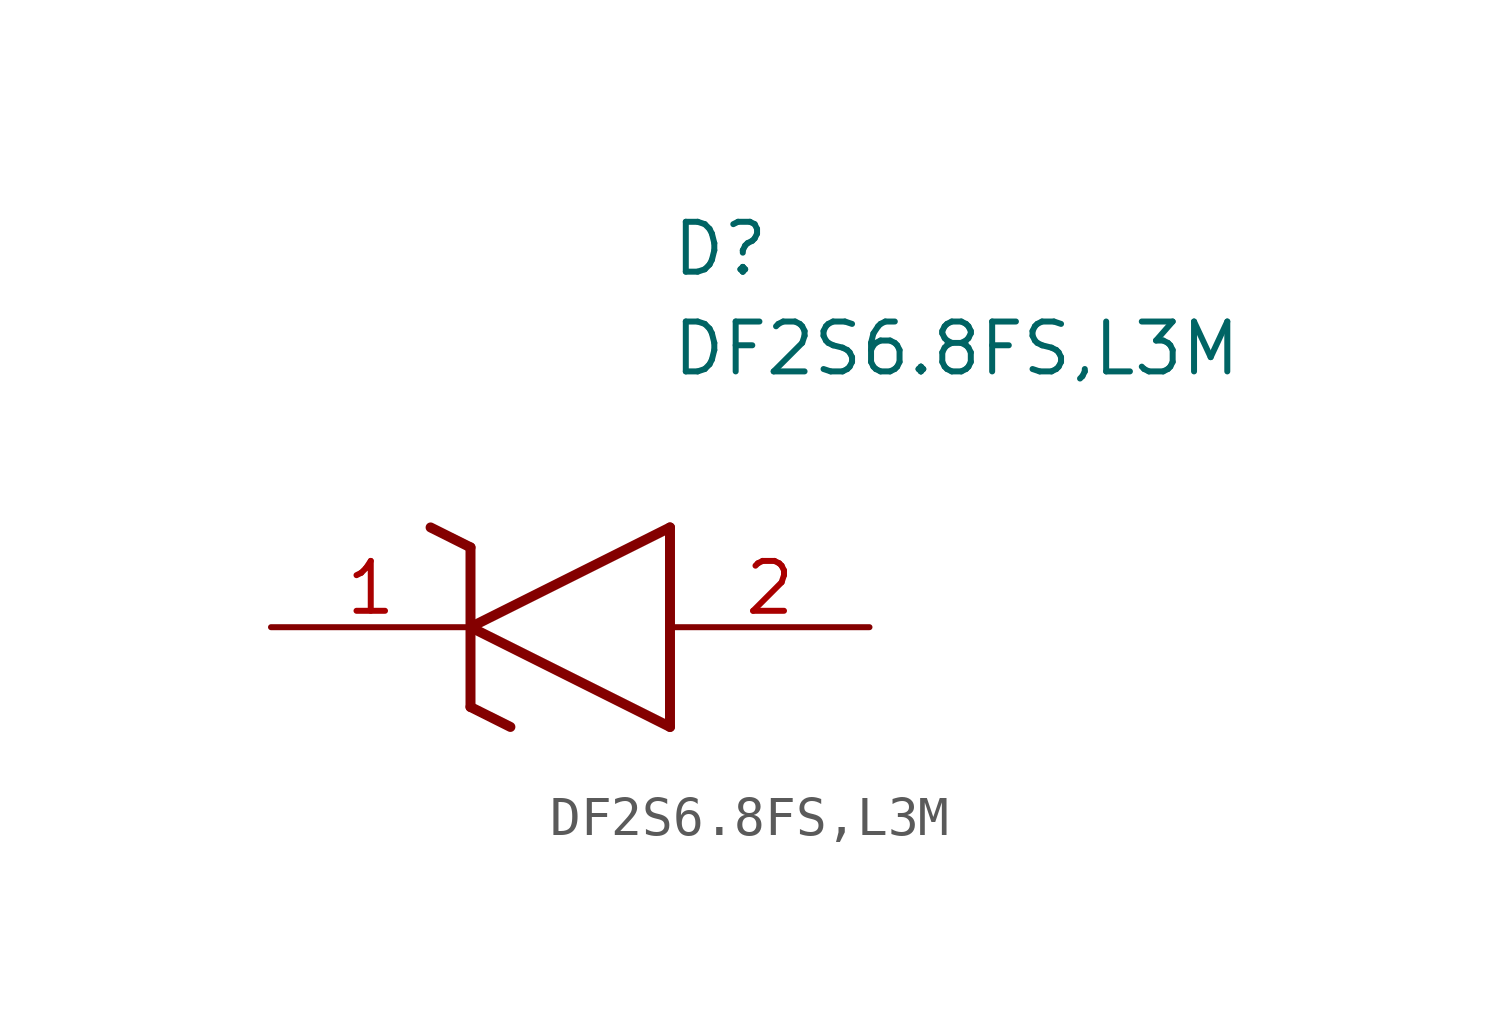
<source format=kicad_sym>
(kicad_symbol_lib
  (version 20211014)
  (generator SamacSys_ECAD_Model)
  (symbol "DF2S6.8FS,L3M"
    (pin_names hide)
    (property "Reference" "D"
      (at 10.16 8.89 0)
      (effects (font (size 1.27 1.27)) (justify left bottom)))
    (property "Value" "DF2S6.8FS,L3M"
      (at 10.16 6.35 0)
      (effects (font (size 1.27 1.27)) (justify left bottom)))
    (polyline
      (pts (xy 5.08 0) (xy 10.16 2.54))
      (stroke (width 0.254) (type default))
      (fill (type none)))
    (polyline
      (pts (xy 10.16 -2.54) (xy 10.16 2.54))
      (stroke (width 0.254) (type default))
      (fill (type none)))
    (polyline
      (pts (xy 10.16 -2.54) (xy 5.08 0))
      (stroke (width 0.254) (type default))
      (fill (type none)))
    (polyline
      (pts (xy 5.08 -2.032) (xy 6.096 -2.54))
      (stroke (width 0.254) (type default))
      (fill (type none)))
    (polyline
      (pts (xy 5.08 -2.032) (xy 5.08 2.032))
      (stroke (width 0.254) (type default))
      (fill (type none)))
    (polyline
      (pts (xy 4.064 2.54) (xy 5.08 2.032))
      (stroke (width 0.254) (type default))
      (fill (type none)))
    (pin passive line
      (at 0 0 0)
      (length 5.08)
      (name "K" (effects (font (size 1.27 1.27))))
      (number "1" (effects (font (size 1.27 1.27)))))
    (pin passive line
      (at 15.24 0 180)
      (length 5.08)
      (name "A" (effects (font (size 1.27 1.27))))
      (number "2" (effects (font (size 1.27 1.27)))))))
</source>
